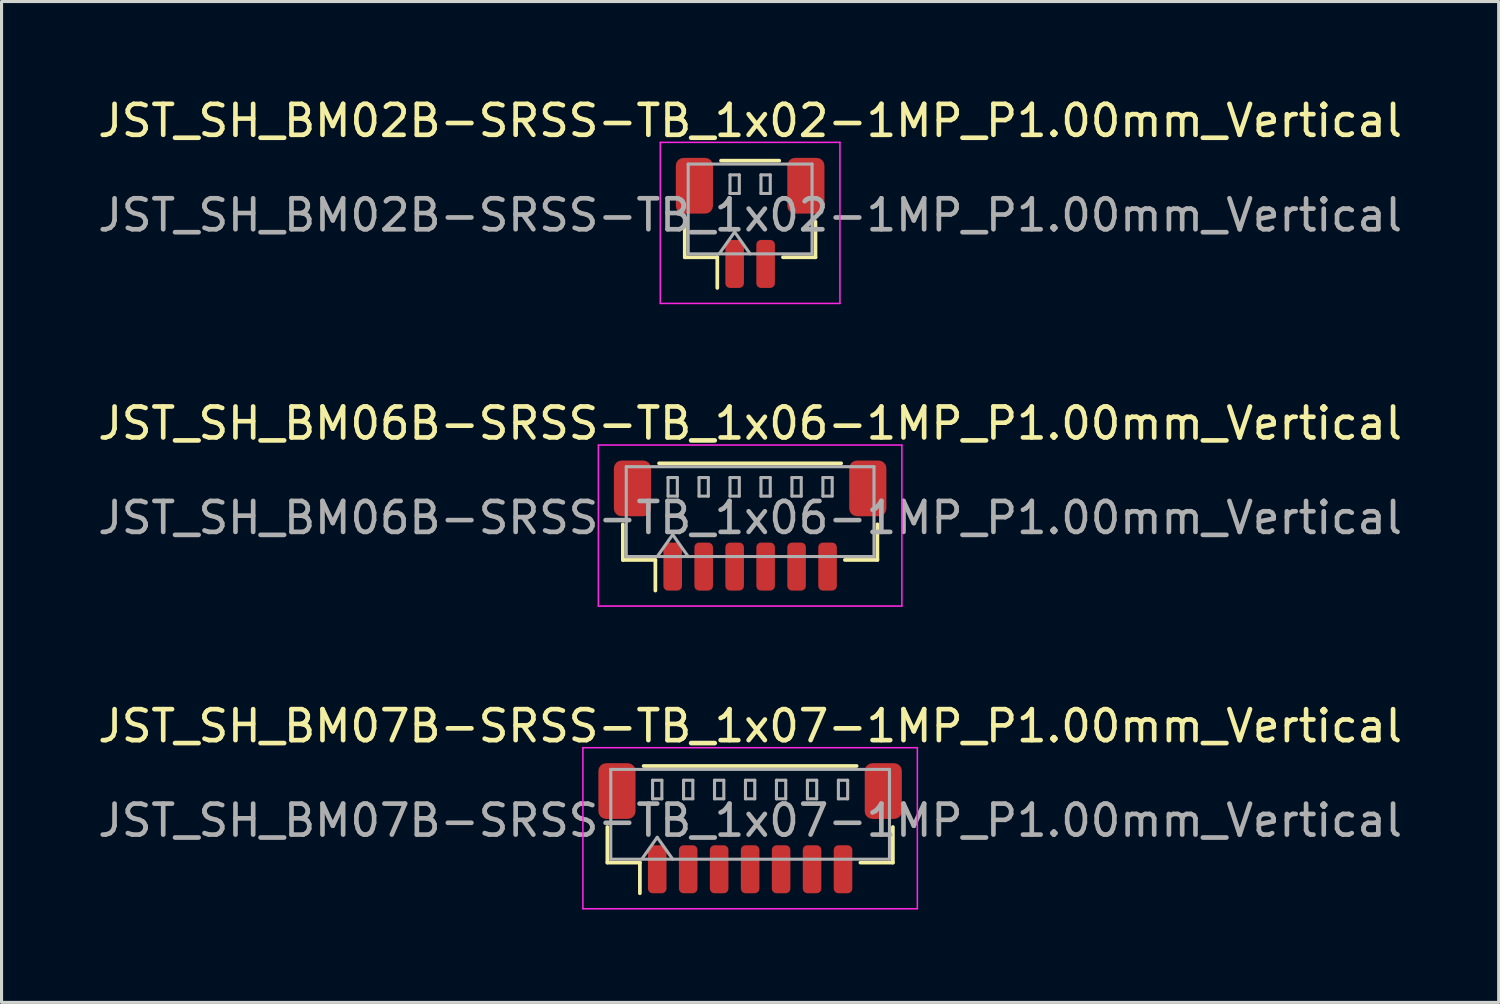
<source format=kicad_pcb>
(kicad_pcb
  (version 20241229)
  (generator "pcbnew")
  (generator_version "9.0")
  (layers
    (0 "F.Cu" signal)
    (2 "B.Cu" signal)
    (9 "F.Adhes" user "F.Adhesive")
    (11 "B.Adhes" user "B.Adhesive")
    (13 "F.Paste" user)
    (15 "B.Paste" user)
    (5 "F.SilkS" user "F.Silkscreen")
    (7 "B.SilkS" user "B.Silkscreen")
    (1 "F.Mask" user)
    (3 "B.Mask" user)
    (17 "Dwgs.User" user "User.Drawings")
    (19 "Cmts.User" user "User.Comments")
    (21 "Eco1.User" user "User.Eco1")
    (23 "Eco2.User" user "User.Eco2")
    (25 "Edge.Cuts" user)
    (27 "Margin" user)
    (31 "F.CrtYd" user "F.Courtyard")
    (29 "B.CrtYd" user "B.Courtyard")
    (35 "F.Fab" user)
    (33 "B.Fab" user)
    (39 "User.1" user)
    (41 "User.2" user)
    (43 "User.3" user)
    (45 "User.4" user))
  (footprint "JST_SH_BM02B-SRSS-TB_1x02-1MP_P1.00mm_Vertical"
    (layer "F.Cu")
    (at 21.173 4.148)
    (property "Reference" "JST_SH_BM02B-SRSS-TB_1x02-1MP_P1.00mm_Vertical" (at 0 -3.3 0) (layer "F.SilkS") (effects (font (size 1 1) (thickness 0.15))))
    (attr smd)
    (fp_line (start -2.11 -0.04) (end -2.11 1.11) (stroke (width 0.12) (type solid)) (layer "F.SilkS"))
    (fp_line (start -2.11 1.11) (end -1.06 1.11) (stroke (width 0.12) (type solid)) (layer "F.SilkS"))
    (fp_line (start -1.06 1.11) (end -1.06 2.1) (stroke (width 0.12) (type solid)) (layer "F.SilkS"))
    (fp_line (start -0.94 -2.01) (end 0.94 -2.01) (stroke (width 0.12) (type solid)) (layer "F.SilkS"))
    (fp_line (start 2.11 -0.04) (end 2.11 1.11) (stroke (width 0.12) (type solid)) (layer "F.SilkS"))
    (fp_line (start 2.11 1.11) (end 1.06 1.11) (stroke (width 0.12) (type solid)) (layer "F.SilkS"))
    (fp_line (start -2.9 -2.6) (end -2.9 2.6) (stroke (width 0.05) (type solid)) (layer "F.CrtYd"))
    (fp_line (start -2.9 2.6) (end 2.9 2.6) (stroke (width 0.05) (type solid)) (layer "F.CrtYd"))
    (fp_line (start 2.9 -2.6) (end -2.9 -2.6) (stroke (width 0.05) (type solid)) (layer "F.CrtYd"))
    (fp_line (start 2.9 2.6) (end 2.9 -2.6) (stroke (width 0.05) (type solid)) (layer "F.CrtYd"))
    (fp_line (start -2 -1.9) (end 2 -1.9) (stroke (width 0.1) (type solid)) (layer "F.Fab"))
    (fp_line (start -2 1) (end -2 -1.9) (stroke (width 0.1) (type solid)) (layer "F.Fab"))
    (fp_line (start -2 1) (end 2 1) (stroke (width 0.1) (type solid)) (layer "F.Fab"))
    (fp_line (start -1 1) (end -0.5 0.293) (stroke (width 0.1) (type solid)) (layer "F.Fab"))
    (fp_line (start -0.65 -1.55) (end -0.65 -0.95) (stroke (width 0.1) (type solid)) (layer "F.Fab"))
    (fp_line (start -0.65 -0.95) (end -0.35 -0.95) (stroke (width 0.1) (type solid)) (layer "F.Fab"))
    (fp_line (start -0.5 0.293) (end 0 1) (stroke (width 0.1) (type solid)) (layer "F.Fab"))
    (fp_line (start -0.35 -1.55) (end -0.65 -1.55) (stroke (width 0.1) (type solid)) (layer "F.Fab"))
    (fp_line (start -0.35 -0.95) (end -0.35 -1.55) (stroke (width 0.1) (type solid)) (layer "F.Fab"))
    (fp_line (start 0.35 -1.55) (end 0.35 -0.95) (stroke (width 0.1) (type solid)) (layer "F.Fab"))
    (fp_line (start 0.35 -0.95) (end 0.65 -0.95) (stroke (width 0.1) (type solid)) (layer "F.Fab"))
    (fp_line (start 0.65 -1.55) (end 0.35 -1.55) (stroke (width 0.1) (type solid)) (layer "F.Fab"))
    (fp_line (start 0.65 -0.95) (end 0.65 -1.55) (stroke (width 0.1) (type solid)) (layer "F.Fab"))
    (fp_line (start 2 1) (end 2 -1.9) (stroke (width 0.1) (type solid)) (layer "F.Fab"))
    (fp_text user "${REFERENCE}" (at 0 -0.25 0) (layer "F.Fab") (effects (font (size 1 1) (thickness 0.15))))
    (pad "1" smd roundrect (at -0.5 1.325) (size 0.6 1.55) (layers "F.Cu" "F.Mask" "F.Paste") (roundrect_rratio 0.25))
    (pad "2" smd roundrect (at 0.5 1.325) (size 0.6 1.55) (layers "F.Cu" "F.Mask" "F.Paste") (roundrect_rratio 0.25))
    (pad "MP" smd roundrect (at -1.8 -1.2) (size 1.2 1.8) (layers "F.Cu" "F.Mask" "F.Paste") (roundrect_rratio 0.208))
    (pad "MP" smd roundrect (at 1.8 -1.2) (size 1.2 1.8) (layers "F.Cu" "F.Mask" "F.Paste") (roundrect_rratio 0.208)))
  (footprint "JST_SH_BM06B-SRSS-TB_1x06-1MP_P1.00mm_Vertical"
    (layer "F.Cu")
    (at 21.173 13.921)
    (property "Reference" "JST_SH_BM06B-SRSS-TB_1x06-1MP_P1.00mm_Vertical" (at 0 -3.3 0) (layer "F.SilkS") (effects (font (size 1 1) (thickness 0.15))))
    (attr smd)
    (fp_line (start -4.11 -0.04) (end -4.11 1.11) (stroke (width 0.12) (type solid)) (layer "F.SilkS"))
    (fp_line (start -4.11 1.11) (end -3.06 1.11) (stroke (width 0.12) (type solid)) (layer "F.SilkS"))
    (fp_line (start -3.06 1.11) (end -3.06 2.1) (stroke (width 0.12) (type solid)) (layer "F.SilkS"))
    (fp_line (start -2.94 -2.01) (end 2.94 -2.01) (stroke (width 0.12) (type solid)) (layer "F.SilkS"))
    (fp_line (start 4.11 -0.04) (end 4.11 1.11) (stroke (width 0.12) (type solid)) (layer "F.SilkS"))
    (fp_line (start 4.11 1.11) (end 3.06 1.11) (stroke (width 0.12) (type solid)) (layer "F.SilkS"))
    (fp_line (start -4.9 -2.6) (end -4.9 2.6) (stroke (width 0.05) (type solid)) (layer "F.CrtYd"))
    (fp_line (start -4.9 2.6) (end 4.9 2.6) (stroke (width 0.05) (type solid)) (layer "F.CrtYd"))
    (fp_line (start 4.9 -2.6) (end -4.9 -2.6) (stroke (width 0.05) (type solid)) (layer "F.CrtYd"))
    (fp_line (start 4.9 2.6) (end 4.9 -2.6) (stroke (width 0.05) (type solid)) (layer "F.CrtYd"))
    (fp_line (start -4 -1.9) (end 4 -1.9) (stroke (width 0.1) (type solid)) (layer "F.Fab"))
    (fp_line (start -4 1) (end -4 -1.9) (stroke (width 0.1) (type solid)) (layer "F.Fab"))
    (fp_line (start -4 1) (end 4 1) (stroke (width 0.1) (type solid)) (layer "F.Fab"))
    (fp_line (start -3 1) (end -2.5 0.293) (stroke (width 0.1) (type solid)) (layer "F.Fab"))
    (fp_line (start -2.65 -1.55) (end -2.65 -0.95) (stroke (width 0.1) (type solid)) (layer "F.Fab"))
    (fp_line (start -2.65 -0.95) (end -2.35 -0.95) (stroke (width 0.1) (type solid)) (layer "F.Fab"))
    (fp_line (start -2.5 0.293) (end -2 1) (stroke (width 0.1) (type solid)) (layer "F.Fab"))
    (fp_line (start -2.35 -1.55) (end -2.65 -1.55) (stroke (width 0.1) (type solid)) (layer "F.Fab"))
    (fp_line (start -2.35 -0.95) (end -2.35 -1.55) (stroke (width 0.1) (type solid)) (layer "F.Fab"))
    (fp_line (start -1.65 -1.55) (end -1.65 -0.95) (stroke (width 0.1) (type solid)) (layer "F.Fab"))
    (fp_line (start -1.65 -0.95) (end -1.35 -0.95) (stroke (width 0.1) (type solid)) (layer "F.Fab"))
    (fp_line (start -1.35 -1.55) (end -1.65 -1.55) (stroke (width 0.1) (type solid)) (layer "F.Fab"))
    (fp_line (start -1.35 -0.95) (end -1.35 -1.55) (stroke (width 0.1) (type solid)) (layer "F.Fab"))
    (fp_line (start -0.65 -1.55) (end -0.65 -0.95) (stroke (width 0.1) (type solid)) (layer "F.Fab"))
    (fp_line (start -0.65 -0.95) (end -0.35 -0.95) (stroke (width 0.1) (type solid)) (layer "F.Fab"))
    (fp_line (start -0.35 -1.55) (end -0.65 -1.55) (stroke (width 0.1) (type solid)) (layer "F.Fab"))
    (fp_line (start -0.35 -0.95) (end -0.35 -1.55) (stroke (width 0.1) (type solid)) (layer "F.Fab"))
    (fp_line (start 0.35 -1.55) (end 0.35 -0.95) (stroke (width 0.1) (type solid)) (layer "F.Fab"))
    (fp_line (start 0.35 -0.95) (end 0.65 -0.95) (stroke (width 0.1) (type solid)) (layer "F.Fab"))
    (fp_line (start 0.65 -1.55) (end 0.35 -1.55) (stroke (width 0.1) (type solid)) (layer "F.Fab"))
    (fp_line (start 0.65 -0.95) (end 0.65 -1.55) (stroke (width 0.1) (type solid)) (layer "F.Fab"))
    (fp_line (start 1.35 -1.55) (end 1.35 -0.95) (stroke (width 0.1) (type solid)) (layer "F.Fab"))
    (fp_line (start 1.35 -0.95) (end 1.65 -0.95) (stroke (width 0.1) (type solid)) (layer "F.Fab"))
    (fp_line (start 1.65 -1.55) (end 1.35 -1.55) (stroke (width 0.1) (type solid)) (layer "F.Fab"))
    (fp_line (start 1.65 -0.95) (end 1.65 -1.55) (stroke (width 0.1) (type solid)) (layer "F.Fab"))
    (fp_line (start 2.35 -1.55) (end 2.35 -0.95) (stroke (width 0.1) (type solid)) (layer "F.Fab"))
    (fp_line (start 2.35 -0.95) (end 2.65 -0.95) (stroke (width 0.1) (type solid)) (layer "F.Fab"))
    (fp_line (start 2.65 -1.55) (end 2.35 -1.55) (stroke (width 0.1) (type solid)) (layer "F.Fab"))
    (fp_line (start 2.65 -0.95) (end 2.65 -1.55) (stroke (width 0.1) (type solid)) (layer "F.Fab"))
    (fp_line (start 4 1) (end 4 -1.9) (stroke (width 0.1) (type solid)) (layer "F.Fab"))
    (fp_text user "${REFERENCE}" (at 0 -0.25 0) (layer "F.Fab") (effects (font (size 1 1) (thickness 0.15))))
    (pad "1" smd roundrect (at -2.5 1.325) (size 0.6 1.55) (layers "F.Cu" "F.Mask" "F.Paste") (roundrect_rratio 0.25))
    (pad "2" smd roundrect (at -1.5 1.325) (size 0.6 1.55) (layers "F.Cu" "F.Mask" "F.Paste") (roundrect_rratio 0.25))
    (pad "3" smd roundrect (at -0.5 1.325) (size 0.6 1.55) (layers "F.Cu" "F.Mask" "F.Paste") (roundrect_rratio 0.25))
    (pad "4" smd roundrect (at 0.5 1.325) (size 0.6 1.55) (layers "F.Cu" "F.Mask" "F.Paste") (roundrect_rratio 0.25))
    (pad "5" smd roundrect (at 1.5 1.325) (size 0.6 1.55) (layers "F.Cu" "F.Mask" "F.Paste") (roundrect_rratio 0.25))
    (pad "6" smd roundrect (at 2.5 1.325) (size 0.6 1.55) (layers "F.Cu" "F.Mask" "F.Paste") (roundrect_rratio 0.25))
    (pad "MP" smd roundrect (at -3.8 -1.2) (size 1.2 1.8) (layers "F.Cu" "F.Mask" "F.Paste") (roundrect_rratio 0.208))
    (pad "MP" smd roundrect (at 3.8 -1.2) (size 1.2 1.8) (layers "F.Cu" "F.Mask" "F.Paste") (roundrect_rratio 0.208)))
  (footprint "JST_SH_BM07B-SRSS-TB_1x07-1MP_P1.00mm_Vertical"
    (layer "F.Cu")
    (at 21.173 23.695)
    (property "Reference" "JST_SH_BM07B-SRSS-TB_1x07-1MP_P1.00mm_Vertical" (at 0 -3.3 0) (layer "F.SilkS") (effects (font (size 1 1) (thickness 0.15))))
    (attr smd)
    (fp_line (start -4.61 -0.04) (end -4.61 1.11) (stroke (width 0.12) (type solid)) (layer "F.SilkS"))
    (fp_line (start -4.61 1.11) (end -3.56 1.11) (stroke (width 0.12) (type solid)) (layer "F.SilkS"))
    (fp_line (start -3.56 1.11) (end -3.56 2.1) (stroke (width 0.12) (type solid)) (layer "F.SilkS"))
    (fp_line (start -3.44 -2.01) (end 3.44 -2.01) (stroke (width 0.12) (type solid)) (layer "F.SilkS"))
    (fp_line (start 4.61 -0.04) (end 4.61 1.11) (stroke (width 0.12) (type solid)) (layer "F.SilkS"))
    (fp_line (start 4.61 1.11) (end 3.56 1.11) (stroke (width 0.12) (type solid)) (layer "F.SilkS"))
    (fp_line (start -5.4 -2.6) (end -5.4 2.6) (stroke (width 0.05) (type solid)) (layer "F.CrtYd"))
    (fp_line (start -5.4 2.6) (end 5.4 2.6) (stroke (width 0.05) (type solid)) (layer "F.CrtYd"))
    (fp_line (start 5.4 -2.6) (end -5.4 -2.6) (stroke (width 0.05) (type solid)) (layer "F.CrtYd"))
    (fp_line (start 5.4 2.6) (end 5.4 -2.6) (stroke (width 0.05) (type solid)) (layer "F.CrtYd"))
    (fp_line (start -4.5 -1.9) (end 4.5 -1.9) (stroke (width 0.1) (type solid)) (layer "F.Fab"))
    (fp_line (start -4.5 1) (end -4.5 -1.9) (stroke (width 0.1) (type solid)) (layer "F.Fab"))
    (fp_line (start -4.5 1) (end 4.5 1) (stroke (width 0.1) (type solid)) (layer "F.Fab"))
    (fp_line (start -3.5 1) (end -3 0.293) (stroke (width 0.1) (type solid)) (layer "F.Fab"))
    (fp_line (start -3.15 -1.55) (end -3.15 -0.95) (stroke (width 0.1) (type solid)) (layer "F.Fab"))
    (fp_line (start -3.15 -0.95) (end -2.85 -0.95) (stroke (width 0.1) (type solid)) (layer "F.Fab"))
    (fp_line (start -3 0.293) (end -2.5 1) (stroke (width 0.1) (type solid)) (layer "F.Fab"))
    (fp_line (start -2.85 -1.55) (end -3.15 -1.55) (stroke (width 0.1) (type solid)) (layer "F.Fab"))
    (fp_line (start -2.85 -0.95) (end -2.85 -1.55) (stroke (width 0.1) (type solid)) (layer "F.Fab"))
    (fp_line (start -2.15 -1.55) (end -2.15 -0.95) (stroke (width 0.1) (type solid)) (layer "F.Fab"))
    (fp_line (start -2.15 -0.95) (end -1.85 -0.95) (stroke (width 0.1) (type solid)) (layer "F.Fab"))
    (fp_line (start -1.85 -1.55) (end -2.15 -1.55) (stroke (width 0.1) (type solid)) (layer "F.Fab"))
    (fp_line (start -1.85 -0.95) (end -1.85 -1.55) (stroke (width 0.1) (type solid)) (layer "F.Fab"))
    (fp_line (start -1.15 -1.55) (end -1.15 -0.95) (stroke (width 0.1) (type solid)) (layer "F.Fab"))
    (fp_line (start -1.15 -0.95) (end -0.85 -0.95) (stroke (width 0.1) (type solid)) (layer "F.Fab"))
    (fp_line (start -0.85 -1.55) (end -1.15 -1.55) (stroke (width 0.1) (type solid)) (layer "F.Fab"))
    (fp_line (start -0.85 -0.95) (end -0.85 -1.55) (stroke (width 0.1) (type solid)) (layer "F.Fab"))
    (fp_line (start -0.15 -1.55) (end -0.15 -0.95) (stroke (width 0.1) (type solid)) (layer "F.Fab"))
    (fp_line (start -0.15 -0.95) (end 0.15 -0.95) (stroke (width 0.1) (type solid)) (layer "F.Fab"))
    (fp_line (start 0.15 -1.55) (end -0.15 -1.55) (stroke (width 0.1) (type solid)) (layer "F.Fab"))
    (fp_line (start 0.15 -0.95) (end 0.15 -1.55) (stroke (width 0.1) (type solid)) (layer "F.Fab"))
    (fp_line (start 0.85 -1.55) (end 0.85 -0.95) (stroke (width 0.1) (type solid)) (layer "F.Fab"))
    (fp_line (start 0.85 -0.95) (end 1.15 -0.95) (stroke (width 0.1) (type solid)) (layer "F.Fab"))
    (fp_line (start 1.15 -1.55) (end 0.85 -1.55) (stroke (width 0.1) (type solid)) (layer "F.Fab"))
    (fp_line (start 1.15 -0.95) (end 1.15 -1.55) (stroke (width 0.1) (type solid)) (layer "F.Fab"))
    (fp_line (start 1.85 -1.55) (end 1.85 -0.95) (stroke (width 0.1) (type solid)) (layer "F.Fab"))
    (fp_line (start 1.85 -0.95) (end 2.15 -0.95) (stroke (width 0.1) (type solid)) (layer "F.Fab"))
    (fp_line (start 2.15 -1.55) (end 1.85 -1.55) (stroke (width 0.1) (type solid)) (layer "F.Fab"))
    (fp_line (start 2.15 -0.95) (end 2.15 -1.55) (stroke (width 0.1) (type solid)) (layer "F.Fab"))
    (fp_line (start 2.85 -1.55) (end 2.85 -0.95) (stroke (width 0.1) (type solid)) (layer "F.Fab"))
    (fp_line (start 2.85 -0.95) (end 3.15 -0.95) (stroke (width 0.1) (type solid)) (layer "F.Fab"))
    (fp_line (start 3.15 -1.55) (end 2.85 -1.55) (stroke (width 0.1) (type solid)) (layer "F.Fab"))
    (fp_line (start 3.15 -0.95) (end 3.15 -1.55) (stroke (width 0.1) (type solid)) (layer "F.Fab"))
    (fp_line (start 4.5 1) (end 4.5 -1.9) (stroke (width 0.1) (type solid)) (layer "F.Fab"))
    (fp_text user "${REFERENCE}" (at 0 -0.25 0) (layer "F.Fab") (effects (font (size 1 1) (thickness 0.15))))
    (pad "1" smd roundrect (at -3 1.325) (size 0.6 1.55) (layers "F.Cu" "F.Mask" "F.Paste") (roundrect_rratio 0.25))
    (pad "2" smd roundrect (at -2 1.325) (size 0.6 1.55) (layers "F.Cu" "F.Mask" "F.Paste") (roundrect_rratio 0.25))
    (pad "3" smd roundrect (at -1 1.325) (size 0.6 1.55) (layers "F.Cu" "F.Mask" "F.Paste") (roundrect_rratio 0.25))
    (pad "4" smd roundrect (at 0 1.325) (size 0.6 1.55) (layers "F.Cu" "F.Mask" "F.Paste") (roundrect_rratio 0.25))
    (pad "5" smd roundrect (at 1 1.325) (size 0.6 1.55) (layers "F.Cu" "F.Mask" "F.Paste") (roundrect_rratio 0.25))
    (pad "6" smd roundrect (at 2 1.325) (size 0.6 1.55) (layers "F.Cu" "F.Mask" "F.Paste") (roundrect_rratio 0.25))
    (pad "7" smd roundrect (at 3 1.325) (size 0.6 1.55) (layers "F.Cu" "F.Mask" "F.Paste") (roundrect_rratio 0.25))
    (pad "MP" smd roundrect (at -4.3 -1.2) (size 1.2 1.8) (layers "F.Cu" "F.Mask" "F.Paste") (roundrect_rratio 0.208))
    (pad "MP" smd roundrect (at 4.3 -1.2) (size 1.2 1.8) (layers "F.Cu" "F.Mask" "F.Paste") (roundrect_rratio 0.208)))
  (gr_rect
    (start -3 -3)
    (end 45.345 29.32)
    (stroke (width 0.1) (type default))
    (fill no)
    (layer "Edge.Cuts")))
</source>
